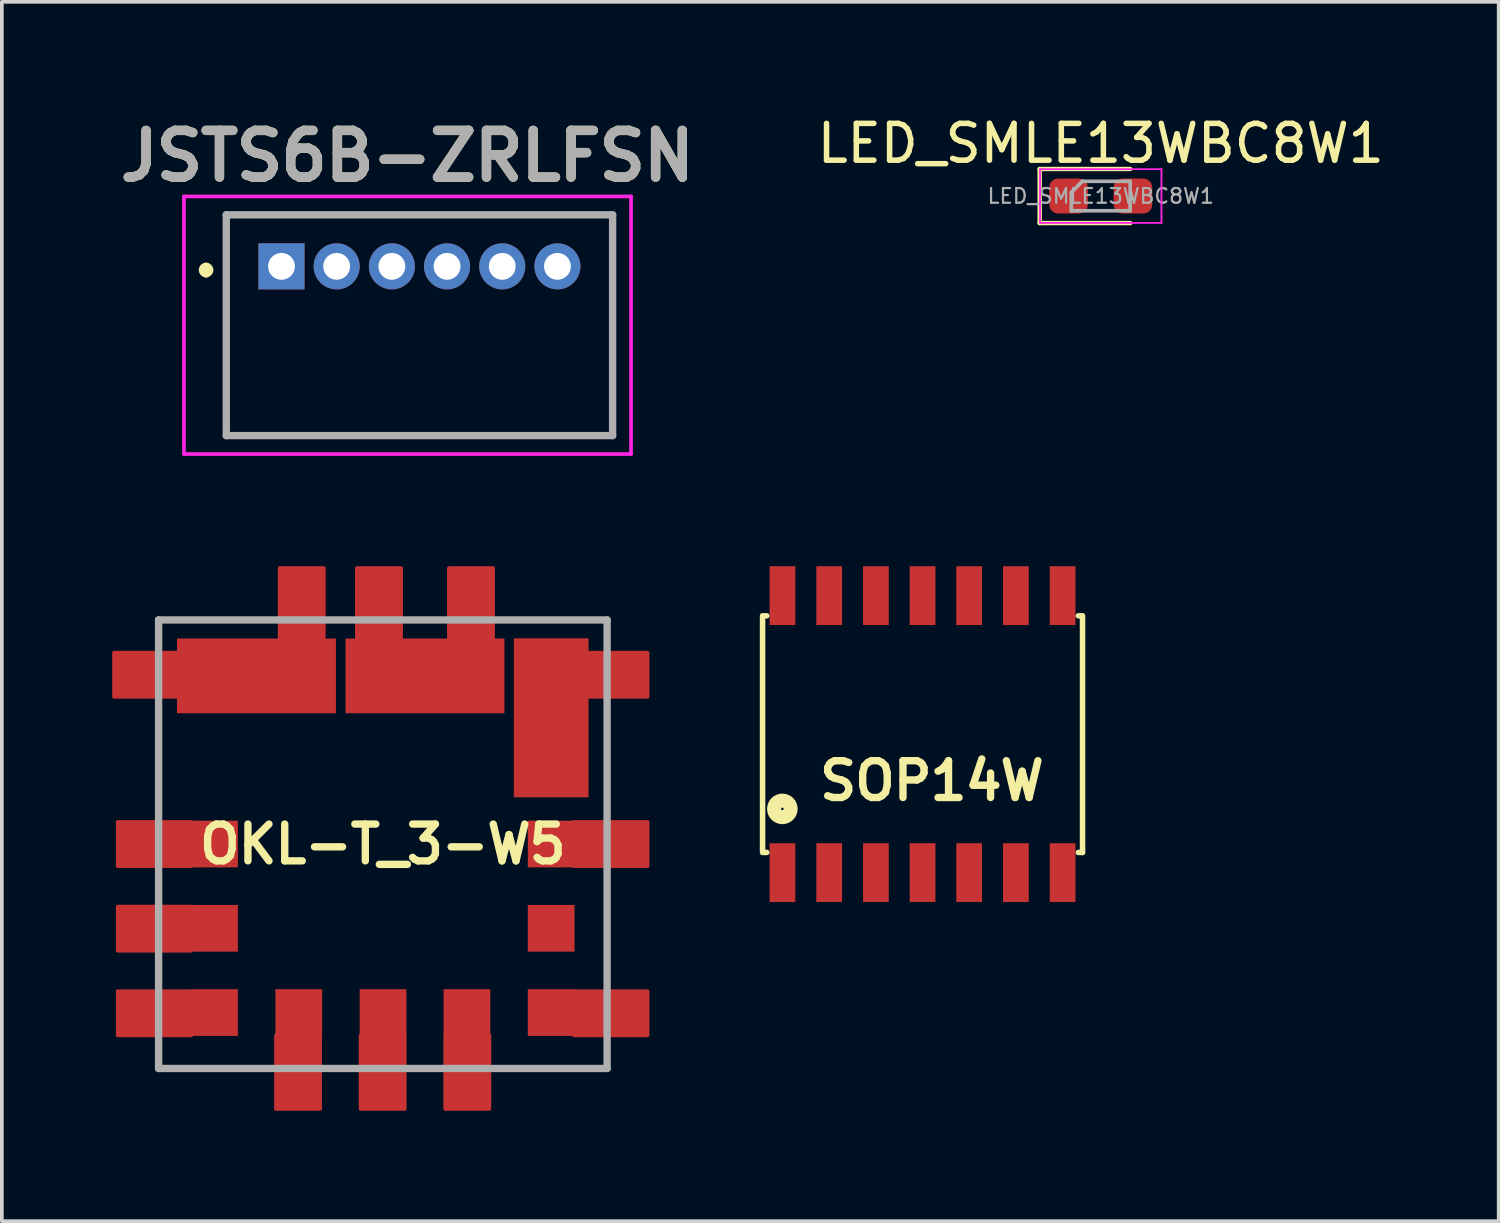
<source format=kicad_pcb>
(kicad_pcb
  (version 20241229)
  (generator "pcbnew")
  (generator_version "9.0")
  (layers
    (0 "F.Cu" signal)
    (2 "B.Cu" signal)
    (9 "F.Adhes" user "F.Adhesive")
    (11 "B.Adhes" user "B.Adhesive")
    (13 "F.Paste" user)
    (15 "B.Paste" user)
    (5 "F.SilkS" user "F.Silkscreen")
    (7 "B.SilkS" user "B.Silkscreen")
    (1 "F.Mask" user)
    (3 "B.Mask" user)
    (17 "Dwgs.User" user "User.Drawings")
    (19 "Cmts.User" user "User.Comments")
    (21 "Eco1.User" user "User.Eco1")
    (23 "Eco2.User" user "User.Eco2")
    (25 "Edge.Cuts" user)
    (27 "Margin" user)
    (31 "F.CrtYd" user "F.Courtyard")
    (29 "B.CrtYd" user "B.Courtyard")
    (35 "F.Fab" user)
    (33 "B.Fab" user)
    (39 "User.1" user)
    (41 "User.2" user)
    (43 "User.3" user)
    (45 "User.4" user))
  (footprint "JSTS6B-ZRLFSN"
    (layer "F.Cu")
    (at 4.6 4.189)
    (property "Reference" "JSTS6B-ZRLFSN" (at 3.425 -3 0) (layer "F.SilkS") (effects (font (size 1.27 1.27) (thickness 0.254))))
    (attr through_hole)
    (fp_line (start -2.05 0) (end -2.05 0) (stroke (width 0.2) (type solid)) (layer "F.SilkS"))
    (fp_line (start -2.05 0.2) (end -2.05 0.2) (stroke (width 0.2) (type solid)) (layer "F.SilkS"))
    (fp_line (start -1.5 -1.4) (end 9 -1.4) (stroke (width 0.1) (type solid)) (layer "F.SilkS"))
    (fp_line (start -1.5 4.6) (end -1.5 -1.4) (stroke (width 0.1) (type solid)) (layer "F.SilkS"))
    (fp_line (start 9 -1.4) (end 9 4.6) (stroke (width 0.1) (type solid)) (layer "F.SilkS"))
    (fp_line (start 9 4.6) (end -1.5 4.6) (stroke (width 0.1) (type solid)) (layer "F.SilkS"))
    (fp_arc (start -2.05 0) (mid -1.95 0.1) (end -2.05 0.2) (stroke (width 0.2) (type solid)) (layer "F.SilkS"))
    (fp_arc (start -2.05 0.2) (mid -2.15 0.1) (end -2.05 0) (stroke (width 0.2) (type solid)) (layer "F.SilkS"))
    (fp_line (start -2.65 -1.9) (end 9.5 -1.9) (stroke (width 0.1) (type solid)) (layer "F.CrtYd"))
    (fp_line (start -2.65 5.1) (end -2.65 -1.9) (stroke (width 0.1) (type solid)) (layer "F.CrtYd"))
    (fp_line (start 9.5 -1.9) (end 9.5 5.1) (stroke (width 0.1) (type solid)) (layer "F.CrtYd"))
    (fp_line (start 9.5 5.1) (end -2.65 5.1) (stroke (width 0.1) (type solid)) (layer "F.CrtYd"))
    (fp_line (start -1.5 -1.4) (end 9 -1.4) (stroke (width 0.2) (type solid)) (layer "F.Fab"))
    (fp_line (start -1.5 4.6) (end -1.5 -1.4) (stroke (width 0.2) (type solid)) (layer "F.Fab"))
    (fp_line (start 9 -1.4) (end 9 4.6) (stroke (width 0.2) (type solid)) (layer "F.Fab"))
    (fp_line (start 9 4.6) (end -1.5 4.6) (stroke (width 0.2) (type solid)) (layer "F.Fab"))
    (fp_text user "${REFERENCE}" (at 3.425 -3 0) (layer "F.Fab") (effects (font (size 1.27 1.27) (thickness 0.254))))
    (pad "1" thru_hole rect (at 0 0) (size 1.251 1.251) (drill 0.73) (layers "*.Cu" "*.Mask"))
    (pad "2" thru_hole circle (at 1.5 0) (size 1.251 1.251) (drill 0.73) (layers "*.Cu" "*.Mask"))
    (pad "3" thru_hole circle (at 3 0) (size 1.251 1.251) (drill 0.73) (layers "*.Cu" "*.Mask"))
    (pad "4" thru_hole circle (at 4.5 0) (size 1.251 1.251) (drill 0.73) (layers "*.Cu" "*.Mask"))
    (pad "5" thru_hole circle (at 6 0) (size 1.251 1.251) (drill 0.73) (layers "*.Cu" "*.Mask"))
    (pad "6" thru_hole circle (at 7.5 0) (size 1.251 1.251) (drill 0.73) (layers "*.Cu" "*.Mask")))
  (footprint "SOP14W"
    (layer "F.Cu")
    (at 22.023 16.902)
    (property "Reference" "SOP14W" (at 0.254 1.27 0) (unlocked yes) (layer "F.SilkS") (effects (font (size 1 1) (thickness 0.2))))
    (attr through_hole)
    (fp_line (start -4.348 -3.216) (end -4.234 -3.216) (stroke (width 0.15) (type solid)) (layer "F.SilkS"))
    (fp_line (start -4.348 -3.175) (end -4.348 3.175) (stroke (width 0.15) (type solid)) (layer "F.SilkS"))
    (fp_line (start -4.348 3.216) (end -4.234 3.216) (stroke (width 0.15) (type solid)) (layer "F.SilkS"))
    (fp_line (start 4.234 -3.216) (end 4.348 -3.216) (stroke (width 0.15) (type solid)) (layer "F.SilkS"))
    (fp_line (start 4.234 3.216) (end 4.348 3.216) (stroke (width 0.15) (type solid)) (layer "F.SilkS"))
    (fp_line (start 4.348 -3.175) (end 4.348 3.216) (stroke (width 0.15) (type solid)) (layer "F.SilkS"))
    (fp_circle (center -3.81 2.032) (end -3.585 2.032) (stroke (width 0.381) (type solid)) (fill no) (layer "F.SilkS"))
    (pad "1" smd rect (at -3.807 3.764 180) (size 0.699 1.598) (layers "F.Cu" "F.Mask" "F.Paste"))
    (pad "2" smd rect (at -2.537 3.764 180) (size 0.699 1.598) (layers "F.Cu" "F.Mask" "F.Paste"))
    (pad "3" smd rect (at -1.267 3.764 180) (size 0.699 1.598) (layers "F.Cu" "F.Mask" "F.Paste"))
    (pad "4" smd rect (at 0 3.764 180) (size 0.699 1.598) (layers "F.Cu" "F.Mask" "F.Paste"))
    (pad "5" smd rect (at 1.267 3.764 180) (size 0.699 1.598) (layers "F.Cu" "F.Mask" "F.Paste"))
    (pad "6" smd rect (at 2.537 3.764 180) (size 0.699 1.598) (layers "F.Cu" "F.Mask" "F.Paste"))
    (pad "7" smd rect (at 3.807 3.764 180) (size 0.699 1.598) (layers "F.Cu" "F.Mask" "F.Paste"))
    (pad "8" smd rect (at 3.807 -3.764) (size 0.699 1.598) (layers "F.Cu" "F.Mask" "F.Paste"))
    (pad "9" smd rect (at 2.537 -3.764) (size 0.699 1.598) (layers "F.Cu" "F.Mask" "F.Paste"))
    (pad "10" smd rect (at 1.267 -3.764) (size 0.699 1.598) (layers "F.Cu" "F.Mask" "F.Paste"))
    (pad "11" smd rect (at 0 -3.764) (size 0.699 1.598) (layers "F.Cu" "F.Mask" "F.Paste"))
    (pad "12" smd rect (at -1.267 -3.764) (size 0.699 1.598) (layers "F.Cu" "F.Mask" "F.Paste"))
    (pad "13" smd rect (at -2.537 -3.764) (size 0.699 1.598) (layers "F.Cu" "F.Mask" "F.Paste"))
    (pad "14" smd rect (at -3.807 -3.764) (size 0.699 1.598) (layers "F.Cu" "F.Mask" "F.Paste")))
  (footprint "LED_SMLE13WBC8W1"
    (layer "F.Cu")
    (at 26.866 2.278)
    (property "Reference" "LED_SMLE13WBC8W1" (at 0 -1.43 0) (layer "F.SilkS") (effects (font (size 1 1) (thickness 0.15))))
    (attr smd)
    (fp_line (start -1.66 -0.735) (end -1.66 0.735) (stroke (width 0.12) (type solid)) (layer "F.SilkS"))
    (fp_line (start -1.66 0.735) (end 0.8 0.735) (stroke (width 0.12) (type solid)) (layer "F.SilkS"))
    (fp_line (start 0.8 -0.735) (end -1.66 -0.735) (stroke (width 0.12) (type solid)) (layer "F.SilkS"))
    (fp_line (start -1.65 -0.73) (end 1.65 -0.73) (stroke (width 0.05) (type solid)) (layer "F.CrtYd"))
    (fp_line (start -1.65 0.73) (end -1.65 -0.73) (stroke (width 0.05) (type solid)) (layer "F.CrtYd"))
    (fp_line (start 1.65 -0.73) (end 1.65 0.73) (stroke (width 0.05) (type solid)) (layer "F.CrtYd"))
    (fp_line (start 1.65 0.73) (end -1.65 0.73) (stroke (width 0.05) (type solid)) (layer "F.CrtYd"))
    (fp_line (start -0.8 -0.1) (end -0.8 0.4) (stroke (width 0.1) (type solid)) (layer "F.Fab"))
    (fp_line (start -0.8 0.4) (end 0.8 0.4) (stroke (width 0.1) (type solid)) (layer "F.Fab"))
    (fp_line (start -0.5 -0.4) (end -0.8 -0.1) (stroke (width 0.1) (type solid)) (layer "F.Fab"))
    (fp_line (start 0.8 -0.4) (end -0.5 -0.4) (stroke (width 0.1) (type solid)) (layer "F.Fab"))
    (fp_line (start 0.8 0.4) (end 0.8 -0.4) (stroke (width 0.1) (type solid)) (layer "F.Fab"))
    (fp_text user "${REFERENCE}" (at 0 0 0) (layer "F.Fab") (effects (font (size 0.4 0.4) (thickness 0.06))))
    (pad "1" smd roundrect (at -0.875 0) (size 1.05 0.95) (layers "F.Cu" "F.Mask" "F.Paste") (roundrect_rratio 0.25))
    (pad "2" smd roundrect (at 0.875 0) (size 1.05 0.95) (layers "F.Cu" "F.Mask" "F.Paste") (roundrect_rratio 0.25)))
  (footprint "OKL-T_3-W5"
    (layer "F.Cu")
    (at 13.45 25.989)
    (property "Reference" "OKL-T_3-W5" (at -6.095 -6.095 0) (layer "F.SilkS") (effects (font (size 1 1) (thickness 0.2))))
    (attr smd)
    (fp_poly (pts (xy -11.4 -10.1) (xy -11.4 -11.3) (xy -13.4 -11.3) (xy -13.4 -10.1)) (stroke (width 0.1) (type solid)) (fill yes) (layer "F.Cu"))
    (fp_poly (pts (xy -11.3 -5.5) (xy -11.3 -6.7) (xy -13.3 -6.7) (xy -13.3 -5.5)) (stroke (width 0.1) (type solid)) (fill yes) (layer "F.Cu"))
    (fp_poly (pts (xy -11.3 -3.2) (xy -11.3 -4.4) (xy -13.3 -4.4) (xy -13.3 -3.2)) (stroke (width 0.1) (type solid)) (fill yes) (layer "F.Cu"))
    (fp_poly (pts (xy -11.3 -0.9) (xy -11.3 -2.1) (xy -13.3 -2.1) (xy -13.3 -0.9)) (stroke (width 0.1) (type solid)) (fill yes) (layer "F.Cu"))
    (fp_poly (pts (xy -9 1.1) (xy -7.8 1.1) (xy -7.8 -0.9) (xy -9 -0.9)) (stroke (width 0.1) (type solid)) (fill yes) (layer "F.Cu"))
    (fp_poly (pts (xy -8.9 -11.6) (xy -7.7 -11.6) (xy -7.7 -13.6) (xy -8.9 -13.6)) (stroke (width 0.1) (type solid)) (fill yes) (layer "F.Cu"))
    (fp_poly (pts (xy -6.8 -11.6) (xy -5.6 -11.6) (xy -5.6 -13.6) (xy -6.8 -13.6)) (stroke (width 0.1) (type solid)) (fill yes) (layer "F.Cu"))
    (fp_poly (pts (xy -6.7 1.1) (xy -5.5 1.1) (xy -5.5 -0.9) (xy -6.7 -0.9)) (stroke (width 0.1) (type solid)) (fill yes) (layer "F.Cu"))
    (fp_poly (pts (xy -4.4 1.1) (xy -3.2 1.1) (xy -3.2 -0.9) (xy -4.4 -0.9)) (stroke (width 0.1) (type solid)) (fill yes) (layer "F.Cu"))
    (fp_poly (pts (xy -4.3 -11.6) (xy -3.1 -11.6) (xy -3.1 -13.6) (xy -4.3 -13.6)) (stroke (width 0.1) (type solid)) (fill yes) (layer "F.Cu"))
    (fp_poly (pts (xy 1.1 -10.1) (xy 1.1 -11.3) (xy -0.9 -11.3) (xy -0.9 -10.1)) (stroke (width 0.1) (type solid)) (fill yes) (layer "F.Cu"))
    (fp_poly (pts (xy 1.1 -5.5) (xy 1.1 -6.7) (xy -0.9 -6.7) (xy -0.9 -5.5)) (stroke (width 0.1) (type solid)) (fill yes) (layer "F.Cu"))
    (fp_poly (pts (xy 1.1 -0.9) (xy 1.1 -2.1) (xy -0.9 -2.1) (xy -0.9 -0.9)) (stroke (width 0.1) (type solid)) (fill yes) (layer "F.Cu"))
    (fp_poly (pts (xy -11.4 -10.1) (xy -11.4 -11.3) (xy -13.4 -11.3) (xy -13.4 -10.1)) (stroke (width 0.1) (type solid)) (fill yes) (layer "F.Mask"))
    (fp_poly (pts (xy -11.3 -5.5) (xy -11.3 -6.7) (xy -13.3 -6.7) (xy -13.3 -5.5)) (stroke (width 0.1) (type solid)) (fill yes) (layer "F.Mask"))
    (fp_poly (pts (xy -11.3 -3.2) (xy -11.3 -4.4) (xy -13.3 -4.4) (xy -13.3 -3.2)) (stroke (width 0.1) (type solid)) (fill yes) (layer "F.Mask"))
    (fp_poly (pts (xy -11.3 -0.9) (xy -11.3 -2.1) (xy -13.3 -2.1) (xy -13.3 -0.9)) (stroke (width 0.1) (type solid)) (fill yes) (layer "F.Mask"))
    (fp_poly (pts (xy -9 1.1) (xy -7.8 1.1) (xy -7.8 -0.9) (xy -9 -0.9)) (stroke (width 0.1) (type solid)) (fill yes) (layer "F.Mask"))
    (fp_poly (pts (xy -8.9 -11.6) (xy -7.7 -11.6) (xy -7.7 -13.6) (xy -8.9 -13.6)) (stroke (width 0.1) (type solid)) (fill yes) (layer "F.Mask"))
    (fp_poly (pts (xy -6.8 -11.6) (xy -5.6 -11.6) (xy -5.6 -13.6) (xy -6.8 -13.6)) (stroke (width 0.1) (type solid)) (fill yes) (layer "F.Mask"))
    (fp_poly (pts (xy -6.7 1.1) (xy -5.5 1.1) (xy -5.5 -0.9) (xy -6.7 -0.9)) (stroke (width 0.1) (type solid)) (fill yes) (layer "F.Mask"))
    (fp_poly (pts (xy -4.4 1.1) (xy -3.2 1.1) (xy -3.2 -0.9) (xy -4.4 -0.9)) (stroke (width 0.1) (type solid)) (fill yes) (layer "F.Mask"))
    (fp_poly (pts (xy -4.3 -11.6) (xy -3.1 -11.6) (xy -3.1 -13.6) (xy -4.3 -13.6)) (stroke (width 0.1) (type solid)) (fill yes) (layer "F.Mask"))
    (fp_poly (pts (xy 1.1 -10.1) (xy 1.1 -11.3) (xy -0.9 -11.3) (xy -0.9 -10.1)) (stroke (width 0.1) (type solid)) (fill yes) (layer "F.Mask"))
    (fp_poly (pts (xy 1.1 -5.5) (xy 1.1 -6.7) (xy -0.9 -6.7) (xy -0.9 -5.5)) (stroke (width 0.1) (type solid)) (fill yes) (layer "F.Mask"))
    (fp_poly (pts (xy 1.1 -0.9) (xy 1.1 -2.1) (xy -0.9 -2.1) (xy -0.9 -0.9)) (stroke (width 0.1) (type solid)) (fill yes) (layer "F.Mask"))
    (fp_line (start -12.19 -12.19) (end 0 -12.19) (stroke (width 0.1) (type solid)) (layer "F.SilkS"))
    (fp_line (start -12.19 0) (end -12.19 -12.19) (stroke (width 0.1) (type solid)) (layer "F.SilkS"))
    (fp_line (start 0 -12.19) (end 0 0) (stroke (width 0.1) (type solid)) (layer "F.SilkS"))
    (fp_line (start 0 0) (end -12.19 0) (stroke (width 0.1) (type solid)) (layer "F.SilkS"))
    (fp_line (start -12.19 -12.19) (end -12.19 0) (stroke (width 0.2) (type solid)) (layer "F.Fab"))
    (fp_line (start -12.19 0) (end 0 0) (stroke (width 0.2) (type solid)) (layer "F.Fab"))
    (fp_line (start 0 -12.19) (end -12.19 -12.19) (stroke (width 0.2) (type solid)) (layer "F.Fab"))
    (fp_line (start 0 0) (end 0 -12.19) (stroke (width 0.2) (type solid)) (layer "F.Fab"))
    (pad "1" smd rect (at -10.67 -6.1 90) (size 1.27 1.27) (layers "F.Cu" "F.Paste"))
    (pad "2" smd rect (at -9.53 -10.67 90) (size 2.03 4.32) (layers "F.Cu" "F.Paste"))
    (pad "3" smd rect (at -4.95 -10.67 90) (size 2.03 4.32) (layers "F.Cu" "F.Paste"))
    (pad "4" smd rect (at -1.52 -9.53) (size 2.03 4.32) (layers "F.Cu" "F.Paste"))
    (pad "5" smd rect (at -1.52 -6.1 90) (size 1.27 1.27) (layers "F.Cu" "F.Paste"))
    (pad "6" smd rect (at -1.52 -1.52 90) (size 1.27 1.27) (layers "F.Cu" "F.Paste"))
    (pad "7" smd rect (at -6.09 -1.52 90) (size 1.27 1.27) (layers "F.Cu" "F.Paste"))
    (pad "8" smd rect (at -8.38 -1.52 90) (size 1.27 1.27) (layers "F.Cu" "F.Paste"))
    (pad "9" smd rect (at -10.67 -1.52 90) (size 1.27 1.27) (layers "F.Cu" "F.Paste"))
    (pad "10" smd rect (at -10.67 -3.81 90) (size 1.27 1.27) (layers "F.Cu" "F.Paste"))
    (pad "11" smd rect (at -1.52 -3.81 90) (size 1.27 1.27) (layers "F.Cu" "F.Paste"))
    (pad "12" smd rect (at -3.81 -1.52 90) (size 1.27 1.27) (layers "F.Cu" "F.Paste")))
  (gr_rect
    (start -3 -3)
    (end 37.681 30.139)
    (stroke (width 0.1) (type default))
    (fill no)
    (layer "Edge.Cuts")))
</source>
